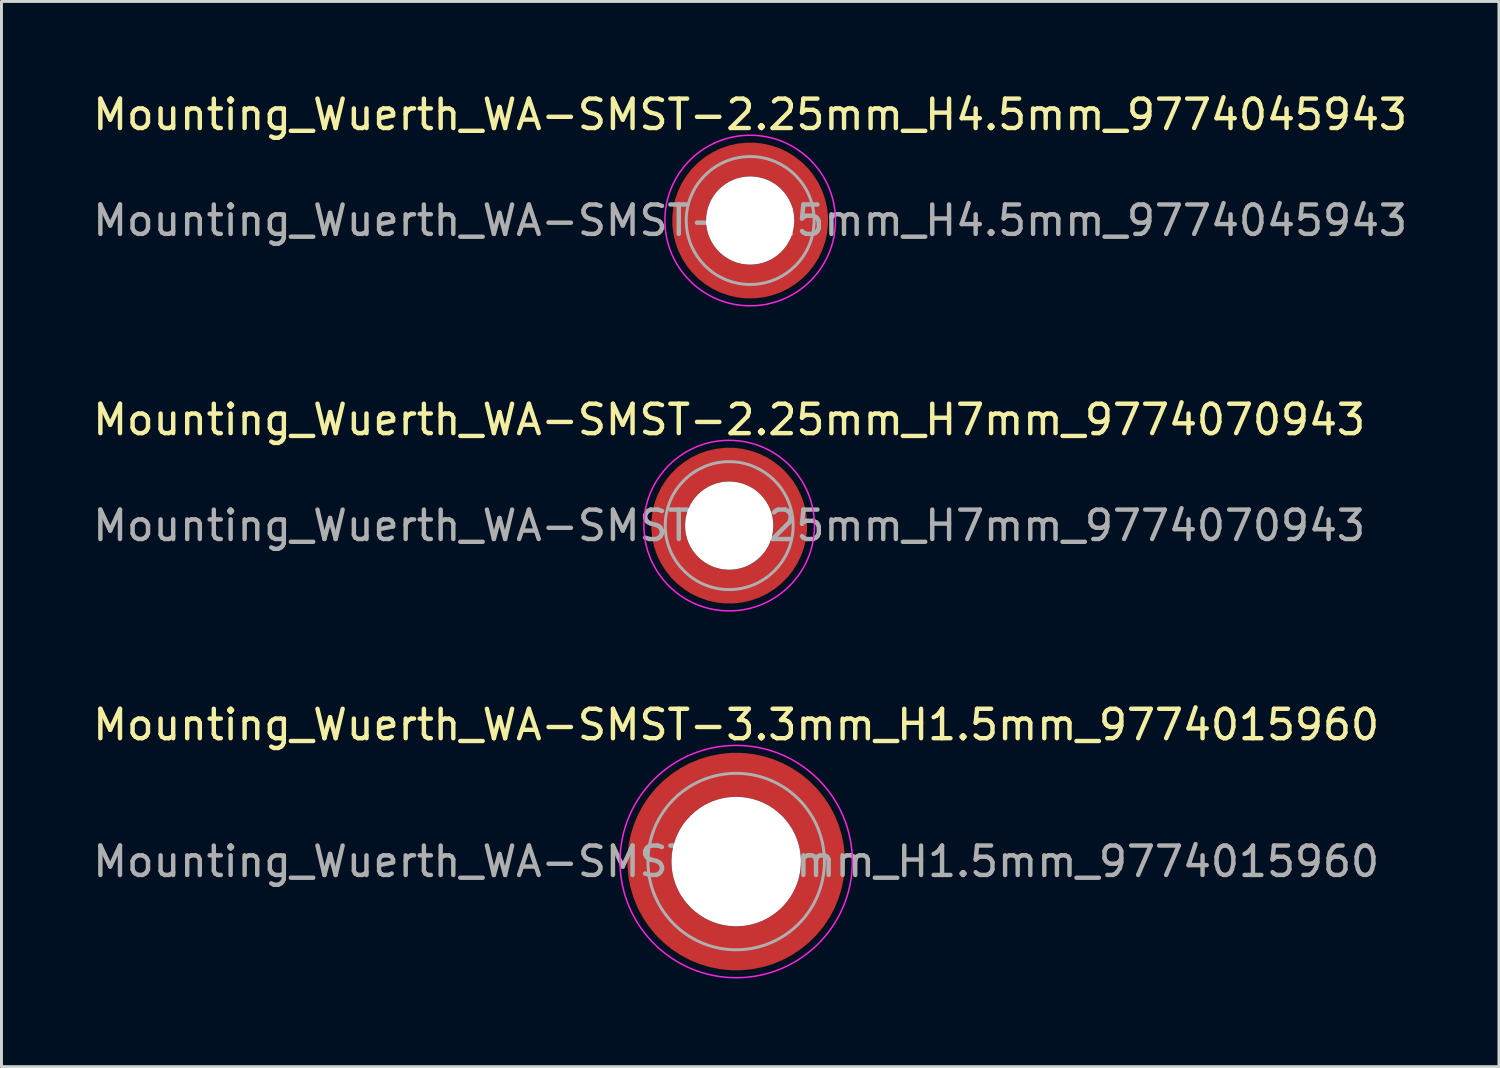
<source format=kicad_pcb>
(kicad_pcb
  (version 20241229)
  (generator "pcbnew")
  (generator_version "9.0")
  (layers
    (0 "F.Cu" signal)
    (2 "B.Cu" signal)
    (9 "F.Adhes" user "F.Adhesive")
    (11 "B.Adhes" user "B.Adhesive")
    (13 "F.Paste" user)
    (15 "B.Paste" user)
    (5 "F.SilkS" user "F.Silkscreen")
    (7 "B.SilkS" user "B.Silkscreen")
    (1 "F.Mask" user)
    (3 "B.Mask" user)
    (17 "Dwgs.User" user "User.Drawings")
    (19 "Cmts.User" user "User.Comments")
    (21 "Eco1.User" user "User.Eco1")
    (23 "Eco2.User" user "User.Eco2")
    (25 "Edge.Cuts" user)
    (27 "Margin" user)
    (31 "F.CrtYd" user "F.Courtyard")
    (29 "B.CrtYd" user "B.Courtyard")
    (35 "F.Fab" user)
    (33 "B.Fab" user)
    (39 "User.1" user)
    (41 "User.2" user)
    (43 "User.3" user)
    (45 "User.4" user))
  (footprint "Mounting_Wuerth_WA-SMST-3.3mm_H1.5mm_9774015960"
    (layer "F.Cu")
    (at 21.982 26.245)
    (property "Reference" "Mounting_Wuerth_WA-SMST-3.3mm_H1.5mm_9774015960" (at 0 -4.65 0) (layer "F.SilkS") (effects (font (size 1 1) (thickness 0.15))))
    (attr smd)
    (fp_circle (center 0 0) (end 3.95 0) (stroke (width 0.05) (type solid)) (fill no) (layer "F.CrtYd"))
    (fp_circle (center 0 0) (end 3 0) (stroke (width 0.1) (type solid)) (fill no) (layer "F.Fab"))
    (fp_text user "${REFERENCE}" (at 0 0 0) (layer "F.Fab") (effects (font (size 1 1) (thickness 0.15))))
    (pad "" smd custom (at -2.058 -2.058) (size 0.7 0.7) (layers "F.Paste") (options (anchor circle)) (primitives (gr_arc (start -0.377294 1.707681) (mid 0.318198 0.318198) (end 1.707681 -0.377294) (width 0.2)) (gr_arc (start -0.478281 1.707681) (mid 0.247487 0.247487) (end 1.707681 -0.478281) (width 0.2)) (gr_arc (start -0.579192 1.707681) (mid 0.176777 0.176777) (end 1.707681 -0.579192) (width 0.2)) (gr_arc (start -0.680037 1.707681) (mid 0.106066 0.106066) (end 1.707681 -0.680037) (width 0.2)) (gr_arc (start -0.780822 1.707681) (mid 0.035356 0.035356) (end 1.707681 -0.780822) (width 0.2)) (gr_arc (start -0.881554 1.707681) (mid -0.035355 -0.035355) (end 1.707681 -0.881554) (width 0.2)) (gr_arc (start -0.982237 1.707681) (mid -0.106066 -0.106066) (end 1.707681 -0.982237) (width 0.2)) (gr_arc (start -1.082877 1.707681) (mid -0.176777 -0.176777) (end 1.707681 -1.082877) (width 0.2)) (gr_arc (start -1.183476 1.707681) (mid -0.247487 -0.247487) (end 1.707681 -1.183476) (width 0.2)) (gr_arc (start -1.28404 1.707681) (mid -0.318198 -0.318198) (end 1.707681 -1.28404) (width 0.2)) (gr_line (start 1.708 -0.377) (end 1.708 -1.284) (width 0.2)) (gr_line (start -0.377 1.708) (end -1.284 1.708) (width 0.2))))
    (pad "" smd custom (at -2.058 2.058) (size 0.7 0.7) (layers "F.Paste") (options (anchor circle)) (primitives (gr_arc (start 1.707681 0.377294) (mid 0.318198 -0.318198) (end -0.377294 -1.707681) (width 0.2)) (gr_arc (start 1.707681 0.478281) (mid 0.247487 -0.247487) (end -0.478281 -1.707681) (width 0.2)) (gr_arc (start 1.707681 0.579192) (mid 0.176777 -0.176777) (end -0.579192 -1.707681) (width 0.2)) (gr_arc (start 1.707681 0.680037) (mid 0.106066 -0.106066) (end -0.680037 -1.707681) (width 0.2)) (gr_arc (start 1.707681 0.780822) (mid 0.035356 -0.035356) (end -0.780822 -1.707681) (width 0.2)) (gr_arc (start 1.707681 0.881554) (mid -0.035355 0.035355) (end -0.881554 -1.707681) (width 0.2)) (gr_arc (start 1.707681 0.982237) (mid -0.106066 0.106066) (end -0.982237 -1.707681) (width 0.2)) (gr_arc (start 1.707681 1.082877) (mid -0.176777 0.176777) (end -1.082877 -1.707681) (width 0.2)) (gr_arc (start 1.707681 1.183476) (mid -0.247487 0.247487) (end -1.183476 -1.707681) (width 0.2)) (gr_arc (start 1.707681 1.28404) (mid -0.318198 0.318198) (end -1.28404 -1.707681) (width 0.2)) (gr_line (start -0.377 -1.708) (end -1.284 -1.708) (width 0.2)) (gr_line (start 1.708 0.377) (end 1.708 1.284) (width 0.2))))
    (pad "" np_thru_hole circle (at 0 0) (size 4.4 4.4) (drill 4.4) (layers "*.Cu" "*.Mask"))
    (pad "" smd custom (at 2.058 -2.058) (size 0.7 0.7) (layers "F.Paste") (options (anchor circle)) (primitives (gr_arc (start -1.707681 -0.377294) (mid -0.318198 0.318198) (end 0.377294 1.707681) (width 0.2)) (gr_arc (start -1.707681 -0.478281) (mid -0.247487 0.247487) (end 0.478281 1.707681) (width 0.2)) (gr_arc (start -1.707681 -0.579192) (mid -0.176777 0.176777) (end 0.579192 1.707681) (width 0.2)) (gr_arc (start -1.707681 -0.680037) (mid -0.106066 0.106066) (end 0.680037 1.707681) (width 0.2)) (gr_arc (start -1.707681 -0.780822) (mid -0.035356 0.035356) (end 0.780822 1.707681) (width 0.2)) (gr_arc (start -1.707681 -0.881554) (mid 0.035355 -0.035355) (end 0.881554 1.707681) (width 0.2)) (gr_arc (start -1.707681 -0.982237) (mid 0.106066 -0.106066) (end 0.982237 1.707681) (width 0.2)) (gr_arc (start -1.707681 -1.082877) (mid 0.176777 -0.176777) (end 1.082877 1.707681) (width 0.2)) (gr_arc (start -1.707681 -1.183476) (mid 0.247487 -0.247487) (end 1.183476 1.707681) (width 0.2)) (gr_arc (start -1.707681 -1.28404) (mid 0.318198 -0.318198) (end 1.28404 1.707681) (width 0.2)) (gr_line (start 0.377 1.708) (end 1.284 1.708) (width 0.2)) (gr_line (start -1.708 -0.377) (end -1.708 -1.284) (width 0.2))))
    (pad "" smd custom (at 2.058 2.058) (size 0.7 0.7) (layers "F.Paste") (options (anchor circle)) (primitives (gr_arc (start 0.377294 -1.707681) (mid -0.318198 -0.318198) (end -1.707681 0.377294) (width 0.2)) (gr_arc (start 0.478281 -1.707681) (mid -0.247487 -0.247487) (end -1.707681 0.478281) (width 0.2)) (gr_arc (start 0.579192 -1.707681) (mid -0.176777 -0.176777) (end -1.707681 0.579192) (width 0.2)) (gr_arc (start 0.680037 -1.707681) (mid -0.106066 -0.106066) (end -1.707681 0.680037) (width 0.2)) (gr_arc (start 0.780822 -1.707681) (mid -0.035356 -0.035356) (end -1.707681 0.780822) (width 0.2)) (gr_arc (start 0.881554 -1.707681) (mid 0.035355 0.035355) (end -1.707681 0.881554) (width 0.2)) (gr_arc (start 0.982237 -1.707681) (mid 0.106066 0.106066) (end -1.707681 0.982237) (width 0.2)) (gr_arc (start 1.082877 -1.707681) (mid 0.176777 0.176777) (end -1.707681 1.082877) (width 0.2)) (gr_arc (start 1.183476 -1.707681) (mid 0.247487 0.247487) (end -1.707681 1.183476) (width 0.2)) (gr_arc (start 1.28404 -1.707681) (mid 0.318198 0.318198) (end -1.707681 1.28404) (width 0.2)) (gr_line (start -1.708 0.377) (end -1.708 1.284) (width 0.2)) (gr_line (start 0.377 -1.708) (end 1.284 -1.708) (width 0.2))))
    (pad "1" smd circle (at -2.95 0) (size 1.1 1.1) (layers "F.Cu"))
    (pad "1" smd circle (at 0 -2.95) (size 1.1 1.1) (layers "F.Cu"))
    (pad "1" smd circle (at 0 2.95) (size 1.1 1.1) (layers "F.Cu"))
    (pad "1" smd custom (at 2.95 0) (size 1.1 1.1) (layers "F.Cu" "F.Mask") (options (anchor circle)) (primitives (gr_circle (center -2.95 0) (end 0 0) (width 1.5) (fill no)))))
  (footprint "Mounting_Wuerth_WA-SMST-2.25mm_H4.5mm_9774045943"
    (layer "F.Cu")
    (at 22.458 4.448)
    (property "Reference" "Mounting_Wuerth_WA-SMST-2.25mm_H4.5mm_9774045943" (at 0 -3.6 0) (layer "F.SilkS") (effects (font (size 1 1) (thickness 0.15))))
    (attr smd)
    (fp_circle (center 0 0) (end 2.9 0) (stroke (width 0.05) (type solid)) (fill no) (layer "F.CrtYd"))
    (fp_circle (center 0 0) (end 2.175 0) (stroke (width 0.1) (type solid)) (fill no) (layer "F.Fab"))
    (fp_text user "${REFERENCE}" (at 0 0 0) (layer "F.Fab") (effects (font (size 1 1) (thickness 0.15))))
    (pad "" smd custom (at -1.453 -1.453) (size 0.61 0.61) (layers "F.Paste") (options (anchor circle)) (primitives (gr_arc (start -0.147677 1.053104) (mid 0.286378 0.286378) (end 1.053104 -0.147677) (width 0.2)) (gr_arc (start -0.240295 1.053104) (mid 0.222738 0.222738) (end 1.053104 -0.240295) (width 0.2)) (gr_arc (start -0.332645 1.053104) (mid 0.159099 0.159099) (end 1.053104 -0.332645) (width 0.2)) (gr_arc (start -0.424767 1.053104) (mid 0.095459 0.095459) (end 1.053104 -0.424767) (width 0.2)) (gr_arc (start -0.516693 1.053104) (mid 0.031819 0.031819) (end 1.053104 -0.516693) (width 0.2)) (gr_arc (start -0.608448 1.053104) (mid -0.03182 -0.03182) (end 1.053104 -0.608448) (width 0.2)) (gr_arc (start -0.700056 1.053104) (mid -0.09546 -0.09546) (end 1.053104 -0.700056) (width 0.2)) (gr_arc (start -0.791534 1.053104) (mid -0.159099 -0.159099) (end 1.053104 -0.791534) (width 0.2)) (gr_arc (start -0.882896 1.053104) (mid -0.222738 -0.222738) (end 1.053104 -0.882896) (width 0.2)) (gr_arc (start -0.974157 1.053104) (mid -0.286378 -0.286378) (end 1.053104 -0.974157) (width 0.2)) (gr_line (start 1.053 -0.148) (end 1.053 -0.974) (width 0.2)) (gr_line (start -0.148 1.053) (end -0.974 1.053) (width 0.2))))
    (pad "" smd custom (at -1.453 1.453) (size 0.61 0.61) (layers "F.Paste") (options (anchor circle)) (primitives (gr_arc (start 1.053104 0.147677) (mid 0.286378 -0.286378) (end -0.147677 -1.053104) (width 0.2)) (gr_arc (start 1.053104 0.240295) (mid 0.222738 -0.222738) (end -0.240295 -1.053104) (width 0.2)) (gr_arc (start 1.053104 0.332645) (mid 0.159099 -0.159099) (end -0.332645 -1.053104) (width 0.2)) (gr_arc (start 1.053104 0.424767) (mid 0.095459 -0.095459) (end -0.424767 -1.053104) (width 0.2)) (gr_arc (start 1.053104 0.516693) (mid 0.031819 -0.031819) (end -0.516693 -1.053104) (width 0.2)) (gr_arc (start 1.053104 0.608448) (mid -0.03182 0.03182) (end -0.608448 -1.053104) (width 0.2)) (gr_arc (start 1.053104 0.700056) (mid -0.09546 0.09546) (end -0.700056 -1.053104) (width 0.2)) (gr_arc (start 1.053104 0.791534) (mid -0.159099 0.159099) (end -0.791534 -1.053104) (width 0.2)) (gr_arc (start 1.053104 0.882896) (mid -0.222738 0.222738) (end -0.882896 -1.053104) (width 0.2)) (gr_arc (start 1.053104 0.974157) (mid -0.286378 0.286378) (end -0.974157 -1.053104) (width 0.2)) (gr_line (start -0.148 -1.053) (end -0.974 -1.053) (width 0.2)) (gr_line (start 1.053 0.148) (end 1.053 0.974) (width 0.2))))
    (pad "" np_thru_hole circle (at 0 0) (size 3 3) (drill 3) (layers "*.Cu" "*.Mask"))
    (pad "" smd custom (at 1.453 -1.453) (size 0.61 0.61) (layers "F.Paste") (options (anchor circle)) (primitives (gr_arc (start -1.053104 -0.147677) (mid -0.286378 0.286378) (end 0.147677 1.053104) (width 0.2)) (gr_arc (start -1.053104 -0.240295) (mid -0.222738 0.222738) (end 0.240295 1.053104) (width 0.2)) (gr_arc (start -1.053104 -0.332645) (mid -0.159099 0.159099) (end 0.332645 1.053104) (width 0.2)) (gr_arc (start -1.053104 -0.424767) (mid -0.095459 0.095459) (end 0.424767 1.053104) (width 0.2)) (gr_arc (start -1.053104 -0.516693) (mid -0.031819 0.031819) (end 0.516693 1.053104) (width 0.2)) (gr_arc (start -1.053104 -0.608448) (mid 0.03182 -0.03182) (end 0.608448 1.053104) (width 0.2)) (gr_arc (start -1.053104 -0.700056) (mid 0.09546 -0.09546) (end 0.700056 1.053104) (width 0.2)) (gr_arc (start -1.053104 -0.791534) (mid 0.159099 -0.159099) (end 0.791534 1.053104) (width 0.2)) (gr_arc (start -1.053104 -0.882896) (mid 0.222738 -0.222738) (end 0.882896 1.053104) (width 0.2)) (gr_arc (start -1.053104 -0.974157) (mid 0.286378 -0.286378) (end 0.974157 1.053104) (width 0.2)) (gr_line (start 0.148 1.053) (end 0.974 1.053) (width 0.2)) (gr_line (start -1.053 -0.148) (end -1.053 -0.974) (width 0.2))))
    (pad "" smd custom (at 1.453 1.453) (size 0.61 0.61) (layers "F.Paste") (options (anchor circle)) (primitives (gr_arc (start 0.147677 -1.053104) (mid -0.286378 -0.286378) (end -1.053104 0.147677) (width 0.2)) (gr_arc (start 0.240295 -1.053104) (mid -0.222738 -0.222738) (end -1.053104 0.240295) (width 0.2)) (gr_arc (start 0.332645 -1.053104) (mid -0.159099 -0.159099) (end -1.053104 0.332645) (width 0.2)) (gr_arc (start 0.424767 -1.053104) (mid -0.095459 -0.095459) (end -1.053104 0.424767) (width 0.2)) (gr_arc (start 0.516693 -1.053104) (mid -0.031819 -0.031819) (end -1.053104 0.516693) (width 0.2)) (gr_arc (start 0.608448 -1.053104) (mid 0.03182 0.03182) (end -1.053104 0.608448) (width 0.2)) (gr_arc (start 0.700056 -1.053104) (mid 0.09546 0.09546) (end -1.053104 0.700056) (width 0.2)) (gr_arc (start 0.791534 -1.053104) (mid 0.159099 0.159099) (end -1.053104 0.791534) (width 0.2)) (gr_arc (start 0.882896 -1.053104) (mid 0.222738 0.222738) (end -1.053104 0.882896) (width 0.2)) (gr_arc (start 0.974157 -1.053104) (mid 0.286378 0.286378) (end -1.053104 0.974157) (width 0.2)) (gr_line (start -1.053 0.148) (end -1.053 0.974) (width 0.2)) (gr_line (start 0.148 -1.053) (end 0.974 -1.053) (width 0.2))))
    (pad "1" smd circle (at -2.075 0) (size 0.75 0.75) (layers "F.Cu"))
    (pad "1" smd circle (at 0 -2.075) (size 0.75 0.75) (layers "F.Cu"))
    (pad "1" smd circle (at 0 2.075) (size 0.75 0.75) (layers "F.Cu"))
    (pad "1" smd custom (at 2.075 0) (size 0.75 0.75) (layers "F.Cu" "F.Mask") (options (anchor circle)) (primitives (gr_circle (center -2.075 0) (end 0 0) (width 1.15) (fill no)))))
  (footprint "Mounting_Wuerth_WA-SMST-2.25mm_H7mm_9774070943"
    (layer "F.Cu")
    (at 21.744 14.822)
    (property "Reference" "Mounting_Wuerth_WA-SMST-2.25mm_H7mm_9774070943" (at 0 -3.6 0) (layer "F.SilkS") (effects (font (size 1 1) (thickness 0.15))))
    (attr smd)
    (fp_circle (center 0 0) (end 2.9 0) (stroke (width 0.05) (type solid)) (fill no) (layer "F.CrtYd"))
    (fp_circle (center 0 0) (end 2.175 0) (stroke (width 0.1) (type solid)) (fill no) (layer "F.Fab"))
    (fp_text user "${REFERENCE}" (at 0 0 0) (layer "F.Fab") (effects (font (size 1 1) (thickness 0.15))))
    (pad "" smd custom (at -1.453 -1.453) (size 0.61 0.61) (layers "F.Paste") (options (anchor circle)) (primitives (gr_arc (start -0.147677 1.053104) (mid 0.286378 0.286378) (end 1.053104 -0.147677) (width 0.2)) (gr_arc (start -0.240295 1.053104) (mid 0.222738 0.222738) (end 1.053104 -0.240295) (width 0.2)) (gr_arc (start -0.332645 1.053104) (mid 0.159099 0.159099) (end 1.053104 -0.332645) (width 0.2)) (gr_arc (start -0.424767 1.053104) (mid 0.095459 0.095459) (end 1.053104 -0.424767) (width 0.2)) (gr_arc (start -0.516693 1.053104) (mid 0.031819 0.031819) (end 1.053104 -0.516693) (width 0.2)) (gr_arc (start -0.608448 1.053104) (mid -0.03182 -0.03182) (end 1.053104 -0.608448) (width 0.2)) (gr_arc (start -0.700056 1.053104) (mid -0.09546 -0.09546) (end 1.053104 -0.700056) (width 0.2)) (gr_arc (start -0.791534 1.053104) (mid -0.159099 -0.159099) (end 1.053104 -0.791534) (width 0.2)) (gr_arc (start -0.882896 1.053104) (mid -0.222738 -0.222738) (end 1.053104 -0.882896) (width 0.2)) (gr_arc (start -0.974157 1.053104) (mid -0.286378 -0.286378) (end 1.053104 -0.974157) (width 0.2)) (gr_line (start 1.053 -0.148) (end 1.053 -0.974) (width 0.2)) (gr_line (start -0.148 1.053) (end -0.974 1.053) (width 0.2))))
    (pad "" smd custom (at -1.453 1.453) (size 0.61 0.61) (layers "F.Paste") (options (anchor circle)) (primitives (gr_arc (start 1.053104 0.147677) (mid 0.286378 -0.286378) (end -0.147677 -1.053104) (width 0.2)) (gr_arc (start 1.053104 0.240295) (mid 0.222738 -0.222738) (end -0.240295 -1.053104) (width 0.2)) (gr_arc (start 1.053104 0.332645) (mid 0.159099 -0.159099) (end -0.332645 -1.053104) (width 0.2)) (gr_arc (start 1.053104 0.424767) (mid 0.095459 -0.095459) (end -0.424767 -1.053104) (width 0.2)) (gr_arc (start 1.053104 0.516693) (mid 0.031819 -0.031819) (end -0.516693 -1.053104) (width 0.2)) (gr_arc (start 1.053104 0.608448) (mid -0.03182 0.03182) (end -0.608448 -1.053104) (width 0.2)) (gr_arc (start 1.053104 0.700056) (mid -0.09546 0.09546) (end -0.700056 -1.053104) (width 0.2)) (gr_arc (start 1.053104 0.791534) (mid -0.159099 0.159099) (end -0.791534 -1.053104) (width 0.2)) (gr_arc (start 1.053104 0.882896) (mid -0.222738 0.222738) (end -0.882896 -1.053104) (width 0.2)) (gr_arc (start 1.053104 0.974157) (mid -0.286378 0.286378) (end -0.974157 -1.053104) (width 0.2)) (gr_line (start -0.148 -1.053) (end -0.974 -1.053) (width 0.2)) (gr_line (start 1.053 0.148) (end 1.053 0.974) (width 0.2))))
    (pad "" np_thru_hole circle (at 0 0) (size 3 3) (drill 3) (layers "*.Cu" "*.Mask"))
    (pad "" smd custom (at 1.453 -1.453) (size 0.61 0.61) (layers "F.Paste") (options (anchor circle)) (primitives (gr_arc (start -1.053104 -0.147677) (mid -0.286378 0.286378) (end 0.147677 1.053104) (width 0.2)) (gr_arc (start -1.053104 -0.240295) (mid -0.222738 0.222738) (end 0.240295 1.053104) (width 0.2)) (gr_arc (start -1.053104 -0.332645) (mid -0.159099 0.159099) (end 0.332645 1.053104) (width 0.2)) (gr_arc (start -1.053104 -0.424767) (mid -0.095459 0.095459) (end 0.424767 1.053104) (width 0.2)) (gr_arc (start -1.053104 -0.516693) (mid -0.031819 0.031819) (end 0.516693 1.053104) (width 0.2)) (gr_arc (start -1.053104 -0.608448) (mid 0.03182 -0.03182) (end 0.608448 1.053104) (width 0.2)) (gr_arc (start -1.053104 -0.700056) (mid 0.09546 -0.09546) (end 0.700056 1.053104) (width 0.2)) (gr_arc (start -1.053104 -0.791534) (mid 0.159099 -0.159099) (end 0.791534 1.053104) (width 0.2)) (gr_arc (start -1.053104 -0.882896) (mid 0.222738 -0.222738) (end 0.882896 1.053104) (width 0.2)) (gr_arc (start -1.053104 -0.974157) (mid 0.286378 -0.286378) (end 0.974157 1.053104) (width 0.2)) (gr_line (start 0.148 1.053) (end 0.974 1.053) (width 0.2)) (gr_line (start -1.053 -0.148) (end -1.053 -0.974) (width 0.2))))
    (pad "" smd custom (at 1.453 1.453) (size 0.61 0.61) (layers "F.Paste") (options (anchor circle)) (primitives (gr_arc (start 0.147677 -1.053104) (mid -0.286378 -0.286378) (end -1.053104 0.147677) (width 0.2)) (gr_arc (start 0.240295 -1.053104) (mid -0.222738 -0.222738) (end -1.053104 0.240295) (width 0.2)) (gr_arc (start 0.332645 -1.053104) (mid -0.159099 -0.159099) (end -1.053104 0.332645) (width 0.2)) (gr_arc (start 0.424767 -1.053104) (mid -0.095459 -0.095459) (end -1.053104 0.424767) (width 0.2)) (gr_arc (start 0.516693 -1.053104) (mid -0.031819 -0.031819) (end -1.053104 0.516693) (width 0.2)) (gr_arc (start 0.608448 -1.053104) (mid 0.03182 0.03182) (end -1.053104 0.608448) (width 0.2)) (gr_arc (start 0.700056 -1.053104) (mid 0.09546 0.09546) (end -1.053104 0.700056) (width 0.2)) (gr_arc (start 0.791534 -1.053104) (mid 0.159099 0.159099) (end -1.053104 0.791534) (width 0.2)) (gr_arc (start 0.882896 -1.053104) (mid 0.222738 0.222738) (end -1.053104 0.882896) (width 0.2)) (gr_arc (start 0.974157 -1.053104) (mid 0.286378 0.286378) (end -1.053104 0.974157) (width 0.2)) (gr_line (start -1.053 0.148) (end -1.053 0.974) (width 0.2)) (gr_line (start 0.148 -1.053) (end 0.974 -1.053) (width 0.2))))
    (pad "1" smd circle (at -2.075 0) (size 0.75 0.75) (layers "F.Cu"))
    (pad "1" smd circle (at 0 -2.075) (size 0.75 0.75) (layers "F.Cu"))
    (pad "1" smd circle (at 0 2.075) (size 0.75 0.75) (layers "F.Cu"))
    (pad "1" smd custom (at 2.075 0) (size 0.75 0.75) (layers "F.Cu" "F.Mask") (options (anchor circle)) (primitives (gr_circle (center -2.075 0) (end 0 0) (width 1.15) (fill no)))))
  (gr_rect
    (start -3 -3)
    (end 47.917 33.22)
    (stroke (width 0.1) (type default))
    (fill no)
    (layer "Edge.Cuts")))
</source>
